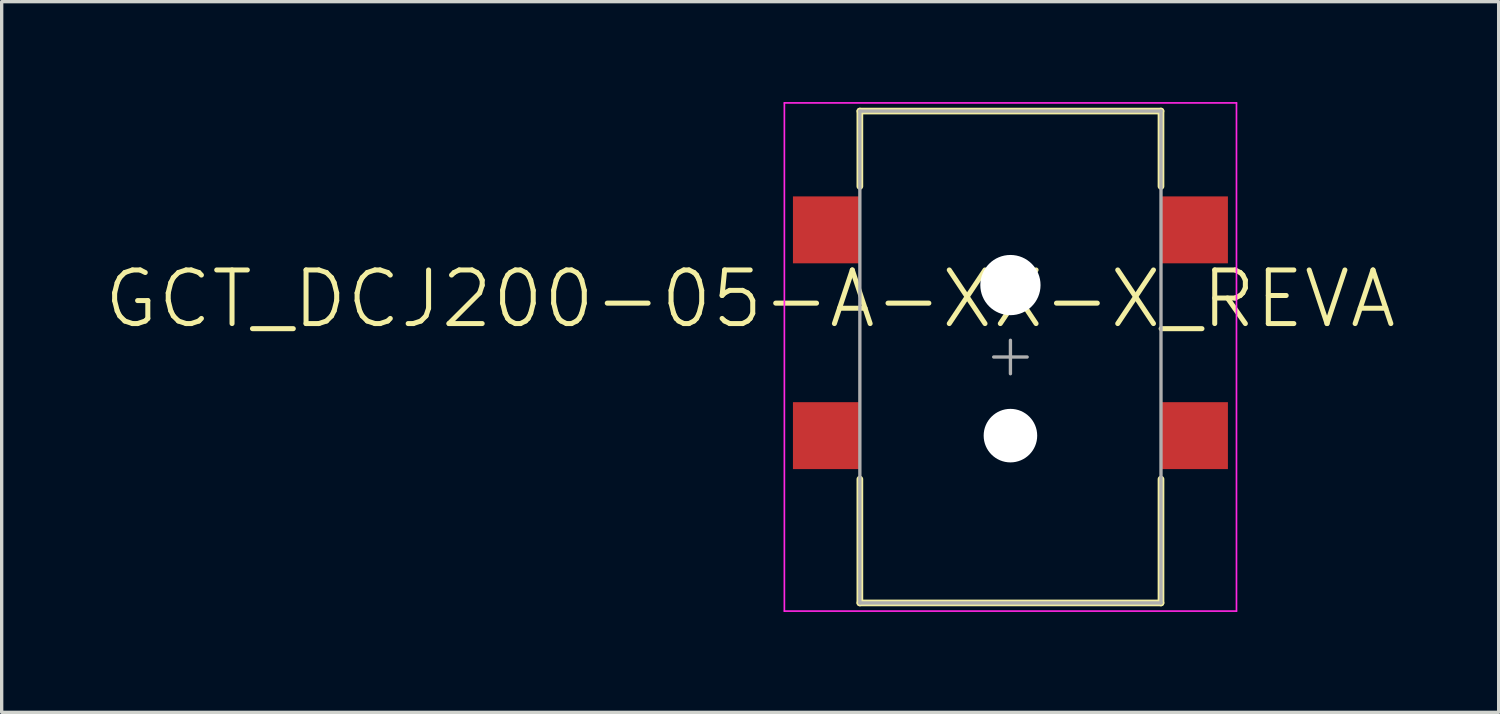
<source format=kicad_pcb>
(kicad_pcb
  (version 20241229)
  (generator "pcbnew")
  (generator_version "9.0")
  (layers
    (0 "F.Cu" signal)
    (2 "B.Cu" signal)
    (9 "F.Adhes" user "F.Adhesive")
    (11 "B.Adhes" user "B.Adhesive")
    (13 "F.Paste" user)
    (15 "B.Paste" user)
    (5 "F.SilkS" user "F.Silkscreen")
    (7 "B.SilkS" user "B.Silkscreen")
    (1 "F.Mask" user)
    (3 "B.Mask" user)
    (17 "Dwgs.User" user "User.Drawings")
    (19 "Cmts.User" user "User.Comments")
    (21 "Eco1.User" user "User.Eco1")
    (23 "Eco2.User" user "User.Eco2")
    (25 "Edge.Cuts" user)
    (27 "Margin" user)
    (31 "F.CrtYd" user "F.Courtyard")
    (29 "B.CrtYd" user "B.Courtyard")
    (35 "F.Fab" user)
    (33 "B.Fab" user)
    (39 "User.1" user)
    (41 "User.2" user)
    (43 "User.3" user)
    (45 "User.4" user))
  (footprint "GCT_DCJ200-05-A-XX-X_REVA"
    (layer "F.Cu")
    (at 27.149 7.62)
    (property "Reference" "GCT_DCJ200-05-A-XX-X_REVA" (at -7.778 -1.733 180) (layer "F.SilkS") (effects (font (size 1.602 1.602) (thickness 0.15))))
    (attr smd)
    (fp_line (start -4.5 -7.35) (end 4.5 -7.35) (stroke (width 0.2) (type solid)) (layer "F.SilkS"))
    (fp_line (start -4.5 -5.1) (end -4.5 -7.35) (stroke (width 0.2) (type solid)) (layer "F.SilkS"))
    (fp_line (start -4.5 3.65) (end -4.5 7.35) (stroke (width 0.2) (type solid)) (layer "F.SilkS"))
    (fp_line (start -4.5 7.35) (end 4.5 7.35) (stroke (width 0.2) (type solid)) (layer "F.SilkS"))
    (fp_line (start 4.5 -7.35) (end 4.5 -5.1) (stroke (width 0.2) (type solid)) (layer "F.SilkS"))
    (fp_line (start 4.5 7.35) (end 4.5 3.65) (stroke (width 0.2) (type solid)) (layer "F.SilkS"))
    (fp_line (start -6.756 -7.595) (end 6.756 -7.595) (stroke (width 0.05) (type solid)) (layer "F.CrtYd"))
    (fp_line (start -6.756 7.595) (end -6.756 -7.595) (stroke (width 0.05) (type solid)) (layer "F.CrtYd"))
    (fp_line (start -6.756 7.595) (end 6.756 7.595) (stroke (width 0.05) (type solid)) (layer "F.CrtYd"))
    (fp_line (start 6.756 7.595) (end 6.756 -7.595) (stroke (width 0.05) (type solid)) (layer "F.CrtYd"))
    (fp_line (start -4.5 -7.35) (end 4.5 -7.35) (stroke (width 0.1) (type solid)) (layer "F.Fab"))
    (fp_line (start -4.5 7.35) (end -4.5 -7.35) (stroke (width 0.1) (type solid)) (layer "F.Fab"))
    (fp_line (start -4.5 7.35) (end 4.5 7.35) (stroke (width 0.1) (type solid)) (layer "F.Fab"))
    (fp_line (start -0.5 0) (end 0.5 0) (stroke (width 0.1) (type solid)) (layer "F.Fab"))
    (fp_line (start 0 0.5) (end 0 -0.5) (stroke (width 0.1) (type solid)) (layer "F.Fab"))
    (fp_line (start 4.5 7.35) (end 4.5 -7.35) (stroke (width 0.1) (type solid)) (layer "F.Fab"))
    (pad "" np_thru_hole circle (at 0 -2.15) (size 1.8 1.8) (drill 1.8) (layers "*.Cu" "*.Mask"))
    (pad "" np_thru_hole circle (at 0 2.35) (size 1.6 1.6) (drill 1.6) (layers "*.Cu" "*.Mask"))
    (pad "1.1" smd rect (at -5.5 -3.8) (size 2 2) (layers "F.Cu" "F.Mask" "F.Paste"))
    (pad "1.2" smd rect (at -5.5 2.35) (size 2 2) (layers "F.Cu" "F.Mask" "F.Paste"))
    (pad "2" smd rect (at 5.5 2.35) (size 2 2) (layers "F.Cu" "F.Mask" "F.Paste"))
    (pad "3" smd rect (at 5.5 -3.8) (size 2 2) (layers "F.Cu" "F.Mask" "F.Paste")))
  (gr_rect
    (start -3 -3)
    (end 41.741 18.239)
    (stroke (width 0.1) (type default))
    (fill no)
    (layer "Edge.Cuts")))
</source>
